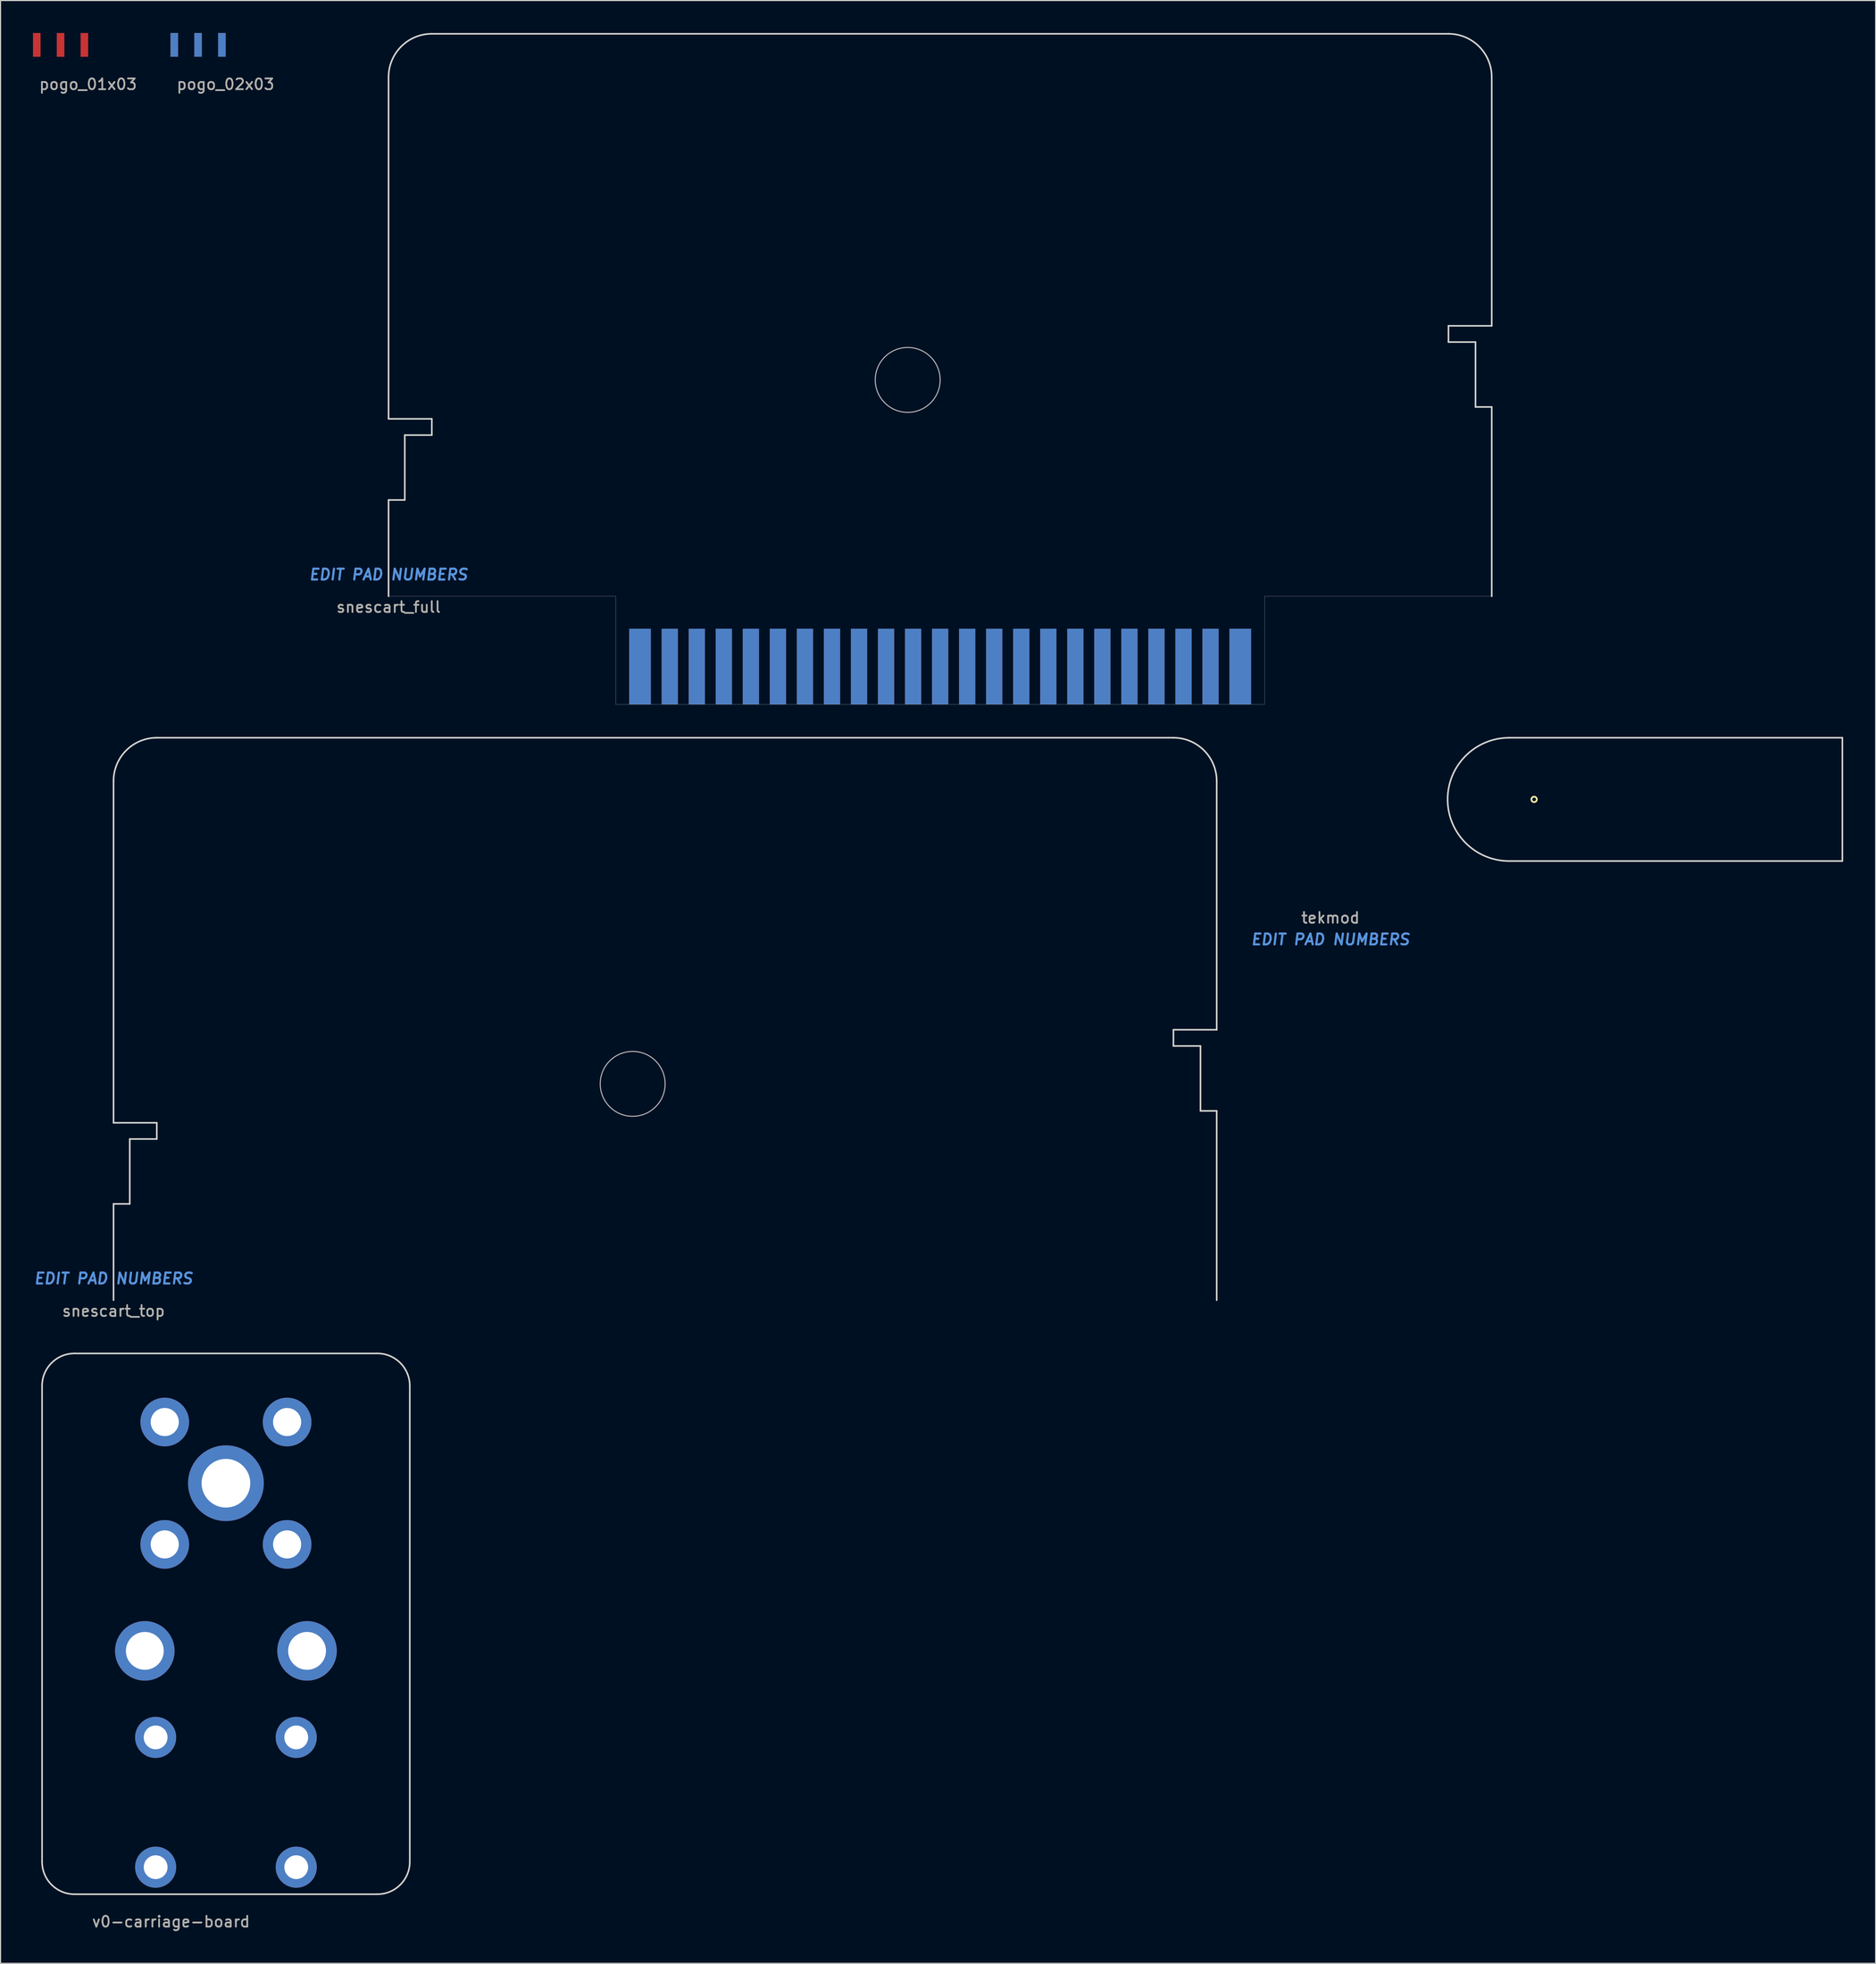
<source format=kicad_pcb>
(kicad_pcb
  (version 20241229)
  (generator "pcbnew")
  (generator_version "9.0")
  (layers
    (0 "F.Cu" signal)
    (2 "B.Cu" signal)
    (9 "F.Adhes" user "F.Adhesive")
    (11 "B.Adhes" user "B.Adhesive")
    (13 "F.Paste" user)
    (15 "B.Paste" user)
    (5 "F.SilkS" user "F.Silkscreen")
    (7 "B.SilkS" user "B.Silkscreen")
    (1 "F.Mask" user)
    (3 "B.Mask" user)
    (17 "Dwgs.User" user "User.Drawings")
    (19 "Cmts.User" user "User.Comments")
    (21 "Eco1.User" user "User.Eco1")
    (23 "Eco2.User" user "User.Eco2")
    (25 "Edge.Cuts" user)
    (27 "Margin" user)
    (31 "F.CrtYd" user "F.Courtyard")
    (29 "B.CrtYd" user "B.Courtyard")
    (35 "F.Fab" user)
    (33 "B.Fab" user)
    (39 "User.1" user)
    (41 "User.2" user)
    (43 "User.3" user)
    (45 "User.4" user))
  (footprint "v0-carriage-board"
    (layer "F.Cu")
    (at 17.84 172.081)
    (property "Reference" "v0-carriage-board" (at -5.08 2.54 0) (layer "F.SilkS") (effects (font (size 1 1) (thickness 0.15))))
    (attr through_hole)
    (fp_rect (start -17.78 -17.78) (end 17.78 0) (stroke (width 0.12) (type solid)) (fill yes) (layer "B.Mask"))
    (fp_circle (center 0 -38) (end 11 -38) (stroke (width 0) (type solid)) (fill yes) (layer "B.Mask"))
    (fp_line (start -17 -3) (end -17 -47) (stroke (width 0.15) (type solid)) (layer "Edge.Cuts"))
    (fp_line (start -14 -50) (end 14 -50) (stroke (width 0.15) (type solid)) (layer "Edge.Cuts"))
    (fp_line (start 14 0) (end -14 0) (stroke (width 0.15) (type solid)) (layer "Edge.Cuts"))
    (fp_line (start 17 -47) (end 17 -3) (stroke (width 0.15) (type solid)) (layer "Edge.Cuts"))
    (fp_arc (start -17 -47) (mid -16.12132 -49.12132) (end -14 -50) (stroke (width 0.15) (type solid)) (layer "Edge.Cuts"))
    (fp_arc (start -14 0) (mid -16.12132 -0.87868) (end -17 -3) (stroke (width 0.15) (type solid)) (layer "Edge.Cuts"))
    (fp_arc (start 14 -50) (mid 16.12132 -49.12132) (end 17 -47) (stroke (width 0.15) (type solid)) (layer "Edge.Cuts"))
    (fp_arc (start 17 -3) (mid 16.12132 -0.87868) (end 14 0) (stroke (width 0.15) (type solid)) (layer "Edge.Cuts"))
    (fp_text user "${REFERENCE}" (at -5.08 2.54 0) (layer "F.Fab") (effects (font (size 1 1) (thickness 0.15))))
    (pad "" thru_hole circle (at -7.5 -22.5) (size 5.5 5.5) (drill 3.5) (layers "*.Cu" "*.Mask"))
    (pad "" thru_hole circle (at -6.5 -14.5) (size 3.8 3.8) (drill 2.2) (layers "*.Cu" "*.Mask"))
    (pad "" thru_hole circle (at -6.5 -2.5) (size 3.8 3.8) (drill 2.2) (layers "*.Cu" "*.Mask"))
    (pad "" thru_hole circle (at -5.657 -43.657) (size 4.5 4.5) (drill 2.6) (layers "*.Cu" "*.Mask"))
    (pad "" thru_hole circle (at -5.657 -32.343) (size 4.5 4.5) (drill 2.6) (layers "*.Cu" "*.Mask"))
    (pad "" thru_hole circle (at 0 -38) (size 7 7) (drill 4.5) (layers "*.Cu" "*.Mask"))
    (pad "" thru_hole circle (at 5.657 -43.657) (size 4.5 4.5) (drill 2.6) (layers "*.Cu" "*.Mask"))
    (pad "" thru_hole circle (at 5.657 -32.343) (size 4.5 4.5) (drill 2.6) (layers "*.Cu" "*.Mask"))
    (pad "" thru_hole circle (at 6.5 -14.5) (size 3.8 3.8) (drill 2.2) (layers "*.Cu" "*.Mask"))
    (pad "" thru_hole circle (at 6.5 -2.5) (size 3.8 3.8) (drill 2.2) (layers "*.Cu" "*.Mask"))
    (pad "" thru_hole circle (at 7.5 -22.5) (size 5.5 5.5) (drill 3.5) (layers "*.Cu" "*.Mask")))
  (footprint "pogo_02x03"
    (layer "F.Cu")
    (at 15.265 2.2)
    (property "Reference" "pogo_02x03" (at 2.54 2.54 0) (layer "F.SilkS") (effects (font (size 1 1) (thickness 0.15))))
    (attr smd)
    (fp_text user "${REFERENCE}" (at 2.54 2.54 0) (layer "F.Fab") (effects (font (size 1 1) (thickness 0.15))))
    (pad "1" smd rect (at -2.2 -1.1) (size 0.7 2.2) (layers "F.Cu" "F.Mask" "F.Paste"))
    (pad "2" smd rect (at 0 -1.1) (size 0.7 2.2) (layers "F.Cu" "F.Mask" "F.Paste"))
    (pad "3" smd rect (at 2.2 -1.1) (size 0.7 2.2) (layers "F.Cu" "F.Mask" "F.Paste"))
    (pad "4" smd rect (at 2.2 -1.1) (size 0.7 2.2) (layers "B.Cu" "B.Mask" "B.Paste"))
    (pad "5" smd rect (at 0 -1.1) (size 0.7 2.2) (layers "B.Cu" "B.Mask" "B.Paste"))
    (pad "6" smd rect (at -2.2 -1.1) (size 0.7 2.2) (layers "B.Cu" "B.Mask" "B.Paste")))
  (footprint "snescart_top"
    (layer "F.Cu")
    (at 7.447 117.158)
    (property "Reference" "snescart_top" (at 0 1 0) (layer "F.SilkS") (effects (font (size 1 1) (thickness 0.15))))
    (attr smd)
    (fp_line (start 0 -48) (end 0 -16.4) (stroke (width 0.15) (type solid)) (layer "Edge.Cuts"))
    (fp_line (start 0 -16.4) (end 4 -16.4) (stroke (width 0.15) (type solid)) (layer "Edge.Cuts"))
    (fp_line (start 0 -8.9) (end 0 0) (stroke (width 0.15) (type solid)) (layer "Edge.Cuts"))
    (fp_line (start 1.5 -14.9) (end 1.5 -8.9) (stroke (width 0.15) (type solid)) (layer "Edge.Cuts"))
    (fp_line (start 1.5 -8.9) (end 0 -8.9) (stroke (width 0.15) (type solid)) (layer "Edge.Cuts"))
    (fp_line (start 4 -16.4) (end 4 -14.9) (stroke (width 0.15) (type solid)) (layer "Edge.Cuts"))
    (fp_line (start 4 -14.9) (end 1.5 -14.9) (stroke (width 0.15) (type solid)) (layer "Edge.Cuts"))
    (fp_line (start 98 -52) (end 4 -52) (stroke (width 0.15) (type solid)) (layer "Edge.Cuts"))
    (fp_line (start 98 -25) (end 102 -25) (stroke (width 0.15) (type solid)) (layer "Edge.Cuts"))
    (fp_line (start 98 -23.5) (end 98 -25) (stroke (width 0.15) (type solid)) (layer "Edge.Cuts"))
    (fp_line (start 100.5 -23.5) (end 98 -23.5) (stroke (width 0.15) (type solid)) (layer "Edge.Cuts"))
    (fp_line (start 100.5 -17.5) (end 100.5 -23.5) (stroke (width 0.15) (type solid)) (layer "Edge.Cuts"))
    (fp_line (start 102 -25) (end 102 -48) (stroke (width 0.15) (type solid)) (layer "Edge.Cuts"))
    (fp_line (start 102 -17.5) (end 100.5 -17.5) (stroke (width 0.15) (type solid)) (layer "Edge.Cuts"))
    (fp_line (start 102 0) (end 102 -17.5) (stroke (width 0.15) (type solid)) (layer "Edge.Cuts"))
    (fp_arc (start 0 -48) (mid 1.171573 -50.828427) (end 4 -52) (stroke (width 0.15) (type solid)) (layer "Edge.Cuts"))
    (fp_arc (start 98 -52) (mid 100.828427 -50.828427) (end 102 -48) (stroke (width 0.15) (type solid)) (layer "Edge.Cuts"))
    (fp_circle (center 48 -20) (end 45 -20) (stroke (width 0.1) (type solid)) (fill no) (layer "F.Fab"))
    (fp_text user "EDIT PAD NUMBERS" (at 0 -2 0) (layer "Cmts.User") (effects (font (size 1 1) (thickness 0.2) (italic yes))))
    (fp_text user "${REFERENCE}" (at 0 1 0) (layer "F.Fab") (effects (font (size 1 1) (thickness 0.15)))))
  (footprint "tekmod"
    (layer "F.Cu")
    (at 119.969 81.809)
    (property "Reference" "tekmod" (at 0 0 0) (layer "F.SilkS") (effects (font (size 1 1) (thickness 0.15))))
    (attr smd)
    (fp_circle (center 18.828 -10.951) (end 18.578 -10.951) (stroke (width 0.16) (type solid)) (fill no) (layer "F.SilkS"))
    (fp_line (start 16.528 -16.651) (end 47.328 -16.651) (stroke (width 0.15) (type solid)) (layer "Edge.Cuts"))
    (fp_line (start 47.328 -16.651) (end 47.328 -5.251) (stroke (width 0.15) (type solid)) (layer "Edge.Cuts"))
    (fp_line (start 47.328 -5.251) (end 16.528 -5.251) (stroke (width 0.15) (type solid)) (layer "Edge.Cuts"))
    (fp_arc (start 16.528369 -5.25056) (mid 10.828369 -10.95056) (end 16.528369 -16.65056) (stroke (width 0.15) (type solid)) (layer "Edge.Cuts"))
    (fp_text user "EDIT PAD NUMBERS" (at 0 2 0) (layer "Cmts.User") (effects (font (size 1 1) (thickness 0.2) (italic yes))))
    (fp_text user "${REFERENCE}" (at 0 0 0) (layer "F.Fab") (effects (font (size 1 1) (thickness 0.15)))))
  (footprint "snescart_full"
    (layer "F.Cu")
    (at 32.877 52.075)
    (property "Reference" "snescart_full" (at 0 1 0) (layer "F.SilkS") (effects (font (size 1 1) (thickness 0.15))))
    (attr smd)
    (fp_line (start 0 -48) (end 0 -16.4) (stroke (width 0.15) (type solid)) (layer "Edge.Cuts"))
    (fp_line (start 0 -16.4) (end 4 -16.4) (stroke (width 0.15) (type solid)) (layer "Edge.Cuts"))
    (fp_line (start 0 -8.9) (end 0 0) (stroke (width 0.15) (type solid)) (layer "Edge.Cuts"))
    (fp_line (start 0 0) (end 21 0) (stroke (width 0.016) (type solid)) (layer "Edge.Cuts"))
    (fp_line (start 1.5 -14.9) (end 1.5 -8.9) (stroke (width 0.15) (type solid)) (layer "Edge.Cuts"))
    (fp_line (start 1.5 -8.9) (end 0 -8.9) (stroke (width 0.15) (type solid)) (layer "Edge.Cuts"))
    (fp_line (start 4 -16.4) (end 4 -14.9) (stroke (width 0.15) (type solid)) (layer "Edge.Cuts"))
    (fp_line (start 4 -14.9) (end 1.5 -14.9) (stroke (width 0.15) (type solid)) (layer "Edge.Cuts"))
    (fp_line (start 21 0) (end 21 10) (stroke (width 0.016) (type solid)) (layer "Edge.Cuts"))
    (fp_line (start 21 10) (end 81 10) (stroke (width 0.016) (type solid)) (layer "Edge.Cuts"))
    (fp_line (start 81 0) (end 102 0) (stroke (width 0.016) (type solid)) (layer "Edge.Cuts"))
    (fp_line (start 81 10) (end 81 0) (stroke (width 0.016) (type solid)) (layer "Edge.Cuts"))
    (fp_line (start 98 -52) (end 4 -52) (stroke (width 0.15) (type solid)) (layer "Edge.Cuts"))
    (fp_line (start 98 -25) (end 102 -25) (stroke (width 0.15) (type solid)) (layer "Edge.Cuts"))
    (fp_line (start 98 -23.5) (end 98 -25) (stroke (width 0.15) (type solid)) (layer "Edge.Cuts"))
    (fp_line (start 100.5 -23.5) (end 98 -23.5) (stroke (width 0.15) (type solid)) (layer "Edge.Cuts"))
    (fp_line (start 100.5 -17.5) (end 100.5 -23.5) (stroke (width 0.15) (type solid)) (layer "Edge.Cuts"))
    (fp_line (start 102 -25) (end 102 -48) (stroke (width 0.15) (type solid)) (layer "Edge.Cuts"))
    (fp_line (start 102 -17.5) (end 100.5 -17.5) (stroke (width 0.15) (type solid)) (layer "Edge.Cuts"))
    (fp_line (start 102 0) (end 102 -17.5) (stroke (width 0.15) (type solid)) (layer "Edge.Cuts"))
    (fp_arc (start 0 -48) (mid 1.171573 -50.828427) (end 4 -52) (stroke (width 0.15) (type solid)) (layer "Edge.Cuts"))
    (fp_arc (start 98 -52) (mid 100.828427 -50.828427) (end 102 -48) (stroke (width 0.15) (type solid)) (layer "Edge.Cuts"))
    (fp_circle (center 48 -20) (end 45 -20) (stroke (width 0.1) (type solid)) (fill no) (layer "F.Fab"))
    (fp_text user "EDIT PAD NUMBERS" (at 0 -2 0) (layer "Cmts.User") (effects (font (size 1 1) (thickness 0.2) (italic yes))))
    (fp_text user "${REFERENCE}" (at 0 1 0) (layer "F.Fab") (effects (font (size 1 1) (thickness 0.15))))
    (pad "#" smd rect (at 23.25 6.5) (size 2 7) (layers "F.Cu" "F.Mask" "F.Paste"))
    (pad "#" smd rect (at 26 6.5) (size 1.5 7) (layers "F.Cu" "F.Mask" "F.Paste"))
    (pad "#" smd rect (at 28.5 6.5) (size 1.5 7) (layers "F.Cu" "F.Mask" "F.Paste"))
    (pad "#" smd rect (at 31 6.5) (size 1.5 7) (layers "F.Cu" "F.Mask" "F.Paste"))
    (pad "#" smd rect (at 33.5 6.5) (size 1.5 7) (layers "F.Cu" "F.Mask" "F.Paste"))
    (pad "#" smd rect (at 36 6.5) (size 1.5 7) (layers "F.Cu" "F.Mask" "F.Paste"))
    (pad "#" smd rect (at 38.5 6.5) (size 1.5 7) (layers "F.Cu" "F.Mask" "F.Paste"))
    (pad "#" smd rect (at 41 6.5) (size 1.5 7) (layers "F.Cu" "F.Mask" "F.Paste"))
    (pad "#" smd rect (at 43.5 6.5) (size 1.5 7) (layers "F.Cu" "F.Mask" "F.Paste"))
    (pad "#" smd rect (at 46 6.5) (size 1.5 7) (layers "F.Cu" "F.Mask" "F.Paste"))
    (pad "#" smd rect (at 48.5 6.5) (size 1.5 7) (layers "F.Cu" "F.Mask" "F.Paste"))
    (pad "#" smd rect (at 51 6.5) (size 1.5 7) (layers "F.Cu" "F.Mask" "F.Paste"))
    (pad "#" smd rect (at 53.5 6.5) (size 1.5 7) (layers "F.Cu" "F.Mask" "F.Paste"))
    (pad "#" smd rect (at 56 6.5) (size 1.5 7) (layers "F.Cu" "F.Mask" "F.Paste"))
    (pad "#" smd rect (at 58.5 6.5) (size 1.5 7) (layers "F.Cu" "F.Mask" "F.Paste"))
    (pad "#" smd rect (at 61 6.5) (size 1.5 7) (layers "F.Cu" "F.Mask" "F.Paste"))
    (pad "#" smd rect (at 63.5 6.5) (size 1.5 7) (layers "F.Cu" "F.Mask" "F.Paste"))
    (pad "#" smd rect (at 66 6.5) (size 1.5 7) (layers "F.Cu" "F.Mask" "F.Paste"))
    (pad "#" smd rect (at 68.5 6.5) (size 1.5 7) (layers "F.Cu" "F.Mask" "F.Paste"))
    (pad "#" smd rect (at 71 6.5) (size 1.5 7) (layers "F.Cu" "F.Mask" "F.Paste"))
    (pad "#" smd rect (at 73.5 6.5) (size 1.5 7) (layers "F.Cu" "F.Mask" "F.Paste"))
    (pad "#" smd rect (at 76 6.5) (size 1.5 7) (layers "F.Cu" "F.Mask" "F.Paste"))
    (pad "#" smd rect (at 78.75 6.5) (size 2 7) (layers "F.Cu" "F.Mask" "F.Paste"))
    (pad "5" smd rect (at 78.75 6.5) (size 2 7) (layers "B.Cu" "B.Mask" "B.Paste"))
    (pad "6" smd rect (at 76 6.5) (size 1.5 7) (layers "B.Cu" "B.Mask" "B.Paste"))
    (pad "7" smd rect (at 73.5 6.5) (size 1.5 7) (layers "B.Cu" "B.Mask" "B.Paste"))
    (pad "8" smd rect (at 71 6.5) (size 1.5 7) (layers "B.Cu" "B.Mask" "B.Paste"))
    (pad "9" smd rect (at 68.5 6.5) (size 1.5 7) (layers "B.Cu" "B.Mask" "B.Paste"))
    (pad "10" smd rect (at 66 6.5) (size 1.5 7) (layers "B.Cu" "B.Mask" "B.Paste"))
    (pad "11" smd rect (at 63.5 6.5) (size 1.5 7) (layers "B.Cu" "B.Mask" "B.Paste"))
    (pad "12" smd rect (at 61 6.5) (size 1.5 7) (layers "B.Cu" "B.Mask" "B.Paste"))
    (pad "13" smd rect (at 58.5 6.5) (size 1.5 7) (layers "B.Cu" "B.Mask" "B.Paste"))
    (pad "14" smd rect (at 56 6.5) (size 1.5 7) (layers "B.Cu" "B.Mask" "B.Paste"))
    (pad "15" smd rect (at 53.5 6.5) (size 1.5 7) (layers "B.Cu" "B.Mask" "B.Paste"))
    (pad "16" smd rect (at 51 6.5) (size 1.5 7) (layers "B.Cu" "B.Mask" "B.Paste"))
    (pad "17" smd rect (at 48.5 6.5) (size 1.5 7) (layers "B.Cu" "B.Mask" "B.Paste"))
    (pad "18" smd rect (at 46 6.5) (size 1.5 7) (layers "B.Cu" "B.Mask" "B.Paste"))
    (pad "19" smd rect (at 43.5 6.5) (size 1.5 7) (layers "B.Cu" "B.Mask" "B.Paste"))
    (pad "20" smd rect (at 41 6.5) (size 1.5 7) (layers "B.Cu" "B.Mask" "B.Paste"))
    (pad "21" smd rect (at 38.5 6.5) (size 1.5 7) (layers "B.Cu" "B.Mask" "B.Paste"))
    (pad "22" smd rect (at 36 6.5) (size 1.5 7) (layers "B.Cu" "B.Mask" "B.Paste"))
    (pad "23" smd rect (at 33.5 6.5) (size 1.5 7) (layers "B.Cu" "B.Mask" "B.Paste"))
    (pad "24" smd rect (at 31 6.5) (size 1.5 7) (layers "B.Cu" "B.Mask" "B.Paste"))
    (pad "25" smd rect (at 28.5 6.5) (size 1.5 7) (layers "B.Cu" "B.Mask" "B.Paste"))
    (pad "26" smd rect (at 26 6.5) (size 1.5 7) (layers "B.Cu" "B.Mask" "B.Paste"))
    (pad "27" smd rect (at 23.25 6.5) (size 2 7) (layers "B.Cu" "B.Mask" "B.Paste")))
  (footprint "pogo_01x03"
    (layer "F.Cu")
    (at 2.55 2.2)
    (property "Reference" "pogo_01x03" (at 2.54 2.54 0) (layer "F.SilkS") (effects (font (size 1 1) (thickness 0.15))))
    (attr smd)
    (fp_text user "${REFERENCE}" (at 2.54 2.54 0) (layer "F.Fab") (effects (font (size 1 1) (thickness 0.15))))
    (pad "1" smd rect (at -2.2 -1.1) (size 0.7 2.2) (layers "F.Cu" "F.Mask" "F.Paste"))
    (pad "2" smd rect (at 0 -1.1) (size 0.7 2.2) (layers "F.Cu" "F.Mask" "F.Paste"))
    (pad "3" smd rect (at 2.2 -1.1) (size 0.7 2.2) (layers "F.Cu" "F.Mask" "F.Paste")))
  (gr_rect
    (start -3 -3)
    (end 170.372 178.47)
    (stroke (width 0.1) (type default))
    (fill no)
    (layer "Edge.Cuts")))
</source>
